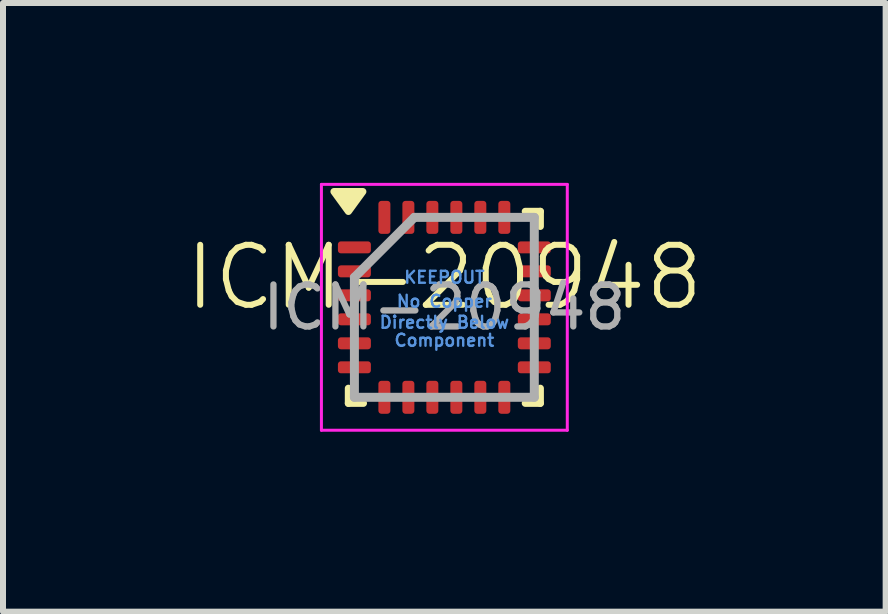
<source format=kicad_pcb>
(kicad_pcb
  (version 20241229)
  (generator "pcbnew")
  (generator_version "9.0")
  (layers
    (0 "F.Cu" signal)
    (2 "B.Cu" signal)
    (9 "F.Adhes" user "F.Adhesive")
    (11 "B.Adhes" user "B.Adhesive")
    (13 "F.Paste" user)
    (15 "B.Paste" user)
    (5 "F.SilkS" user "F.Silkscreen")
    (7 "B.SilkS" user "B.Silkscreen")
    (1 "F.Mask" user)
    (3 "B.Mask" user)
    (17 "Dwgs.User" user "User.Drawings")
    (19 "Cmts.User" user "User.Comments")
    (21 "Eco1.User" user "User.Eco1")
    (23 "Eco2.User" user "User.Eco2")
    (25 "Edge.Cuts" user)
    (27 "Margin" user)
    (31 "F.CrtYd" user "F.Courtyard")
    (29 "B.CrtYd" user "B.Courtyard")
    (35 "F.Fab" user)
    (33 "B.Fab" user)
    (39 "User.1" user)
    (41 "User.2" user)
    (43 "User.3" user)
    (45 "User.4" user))
  (footprint "ICM-20948"
    (layer "F.Cu")
    (at 4.36 2.075)
    (property "Reference" "ICM-20948" (at 0 -0.5 0) (unlocked yes) (layer "F.SilkS") (effects (font (size 1 1) (thickness 0.1))))
    (attr through_hole)
    (fp_line (start -1.6 1.6) (end -1.6 1.35) (stroke (width 0.12) (type solid)) (layer "F.SilkS"))
    (fp_line (start -1.6 1.6) (end -1.35 1.6) (stroke (width 0.12) (type solid)) (layer "F.SilkS"))
    (fp_line (start 1.6 -1.6) (end 1.35 -1.6) (stroke (width 0.12) (type solid)) (layer "F.SilkS"))
    (fp_line (start 1.6 -1.6) (end 1.6 -1.35) (stroke (width 0.12) (type solid)) (layer "F.SilkS"))
    (fp_line (start 1.6 1.6) (end 1.35 1.6) (stroke (width 0.12) (type solid)) (layer "F.SilkS"))
    (fp_line (start 1.6 1.6) (end 1.6 1.35) (stroke (width 0.12) (type solid)) (layer "F.SilkS"))
    (fp_poly (pts (xy -1.6 -1.6) (xy -1.84 -1.93) (xy -1.36 -1.93) (xy -1.6 -1.6)) (stroke (width 0.12) (type solid)) (fill yes) (layer "F.SilkS"))
    (fp_line (start -2.05 -2.05) (end 2.05 -2.05) (stroke (width 0.05) (type solid)) (layer "F.CrtYd"))
    (fp_line (start -2.05 2.05) (end -2.05 -2.05) (stroke (width 0.05) (type solid)) (layer "F.CrtYd"))
    (fp_line (start 2.05 -2.05) (end 2.05 2.05) (stroke (width 0.05) (type solid)) (layer "F.CrtYd"))
    (fp_line (start 2.05 2.05) (end -2.05 2.05) (stroke (width 0.05) (type solid)) (layer "F.CrtYd"))
    (fp_line (start -1.5 -0.5) (end -0.5 -1.5) (stroke (width 0.15) (type solid)) (layer "F.Fab"))
    (fp_line (start -1.5 1.5) (end -1.5 -0.5) (stroke (width 0.15) (type solid)) (layer "F.Fab"))
    (fp_line (start -0.5 -1.5) (end 1.5 -1.5) (stroke (width 0.15) (type solid)) (layer "F.Fab"))
    (fp_line (start 1.5 -1.5) (end 1.5 1.5) (stroke (width 0.15) (type solid)) (layer "F.Fab"))
    (fp_line (start 1.5 1.5) (end -1.5 1.5) (stroke (width 0.15) (type solid)) (layer "F.Fab"))
    (fp_text user "No Copper" (at 0 -0.1 0) (layer "Cmts.User") (effects (font (size 0.2 0.2) (thickness 0.04))))
    (fp_text user "KEEPOUT" (at 0 -0.5 0) (layer "Cmts.User") (effects (font (size 0.2 0.2) (thickness 0.04))))
    (fp_text user "Directly Below" (at 0 0.25 0) (layer "Cmts.User") (effects (font (size 0.2 0.2) (thickness 0.04))))
    (fp_text user "Component" (at 0 0.55 0) (layer "Cmts.User") (effects (font (size 0.2 0.2) (thickness 0.04))))
    (fp_text user "${REFERENCE}" (at 0 0 0) (layer "F.Fab") (effects (font (size 0.7 0.7) (thickness 0.105))))
    (pad "1" smd roundrect (at -1.5 -1) (size 0.55 0.2) (layers "F.Cu" "F.Mask" "F.Paste") (roundrect_rratio 0.25))
    (pad "2" smd roundrect (at -1.5 -0.6) (size 0.55 0.2) (layers "F.Cu" "F.Mask" "F.Paste") (roundrect_rratio 0.25))
    (pad "3" smd roundrect (at -1.5 -0.2) (size 0.55 0.2) (layers "F.Cu" "F.Mask" "F.Paste") (roundrect_rratio 0.25))
    (pad "4" smd roundrect (at -1.5 0.2) (size 0.55 0.2) (layers "F.Cu" "F.Mask" "F.Paste") (roundrect_rratio 0.25))
    (pad "5" smd roundrect (at -1.5 0.6) (size 0.55 0.2) (layers "F.Cu" "F.Mask" "F.Paste") (roundrect_rratio 0.25))
    (pad "6" smd roundrect (at -1.5 1) (size 0.55 0.2) (layers "F.Cu" "F.Mask" "F.Paste") (roundrect_rratio 0.25))
    (pad "7" smd roundrect (at -1 1.5 90) (size 0.55 0.2) (layers "F.Cu" "F.Mask" "F.Paste") (roundrect_rratio 0.25))
    (pad "8" smd roundrect (at -0.6 1.5 90) (size 0.55 0.2) (layers "F.Cu" "F.Mask" "F.Paste") (roundrect_rratio 0.25))
    (pad "9" smd roundrect (at -0.2 1.5 90) (size 0.55 0.2) (layers "F.Cu" "F.Mask" "F.Paste") (roundrect_rratio 0.25))
    (pad "10" smd roundrect (at 0.2 1.5 90) (size 0.55 0.2) (layers "F.Cu" "F.Mask" "F.Paste") (roundrect_rratio 0.25))
    (pad "11" smd roundrect (at 0.6 1.5 90) (size 0.55 0.2) (layers "F.Cu" "F.Mask" "F.Paste") (roundrect_rratio 0.25))
    (pad "12" smd roundrect (at 1 1.5 90) (size 0.55 0.2) (layers "F.Cu" "F.Mask" "F.Paste") (roundrect_rratio 0.25))
    (pad "13" smd roundrect (at 1.5 1) (size 0.55 0.2) (layers "F.Cu" "F.Mask" "F.Paste") (roundrect_rratio 0.25))
    (pad "14" smd roundrect (at 1.5 0.6) (size 0.55 0.2) (layers "F.Cu" "F.Mask" "F.Paste") (roundrect_rratio 0.25))
    (pad "15" smd roundrect (at 1.5 0.2) (size 0.55 0.2) (layers "F.Cu" "F.Mask" "F.Paste") (roundrect_rratio 0.25))
    (pad "16" smd roundrect (at 1.5 -0.2) (size 0.55 0.2) (layers "F.Cu" "F.Mask" "F.Paste") (roundrect_rratio 0.25))
    (pad "17" smd roundrect (at 1.5 -0.6) (size 0.55 0.2) (layers "F.Cu" "F.Mask" "F.Paste") (roundrect_rratio 0.25))
    (pad "18" smd roundrect (at 1.5 -1) (size 0.55 0.2) (layers "F.Cu" "F.Mask" "F.Paste") (roundrect_rratio 0.25))
    (pad "19" smd roundrect (at 1 -1.5 90) (size 0.55 0.2) (layers "F.Cu" "F.Mask" "F.Paste") (roundrect_rratio 0.25))
    (pad "20" smd roundrect (at 0.6 -1.5 90) (size 0.55 0.2) (layers "F.Cu" "F.Mask" "F.Paste") (roundrect_rratio 0.25))
    (pad "21" smd roundrect (at 0.2 -1.5 90) (size 0.55 0.2) (layers "F.Cu" "F.Mask" "F.Paste") (roundrect_rratio 0.25))
    (pad "22" smd roundrect (at -0.2 -1.5 90) (size 0.55 0.2) (layers "F.Cu" "F.Mask" "F.Paste") (roundrect_rratio 0.25))
    (pad "23" smd roundrect (at -0.6 -1.5 90) (size 0.55 0.2) (layers "F.Cu" "F.Mask" "F.Paste") (roundrect_rratio 0.25))
    (pad "24" smd roundrect (at -1 -1.5 90) (size 0.55 0.2) (layers "F.Cu" "F.Mask" "F.Paste") (roundrect_rratio 0.25))
    (zone (net_name "") (layer "F.Cu") (hatch full 0.508) (connect_pads) (min_thickness 0.254) (filled_areas_thickness no) (keepout (tracks not_allowed) (vias not_allowed) (pads not_allowed) (copperpour not_allowed) (footprints allowed)) (placement (enabled no)) (fill) (polygon (pts (xy 3.485 1.28) (xy 5.235 1.28) (xy 5.235 2.87) (xy 3.485 2.87)))))
  (gr_rect
    (start -3 -3)
    (end 11.719 7.15)
    (stroke (width 0.1) (type default))
    (fill no)
    (layer "Edge.Cuts")))
</source>
